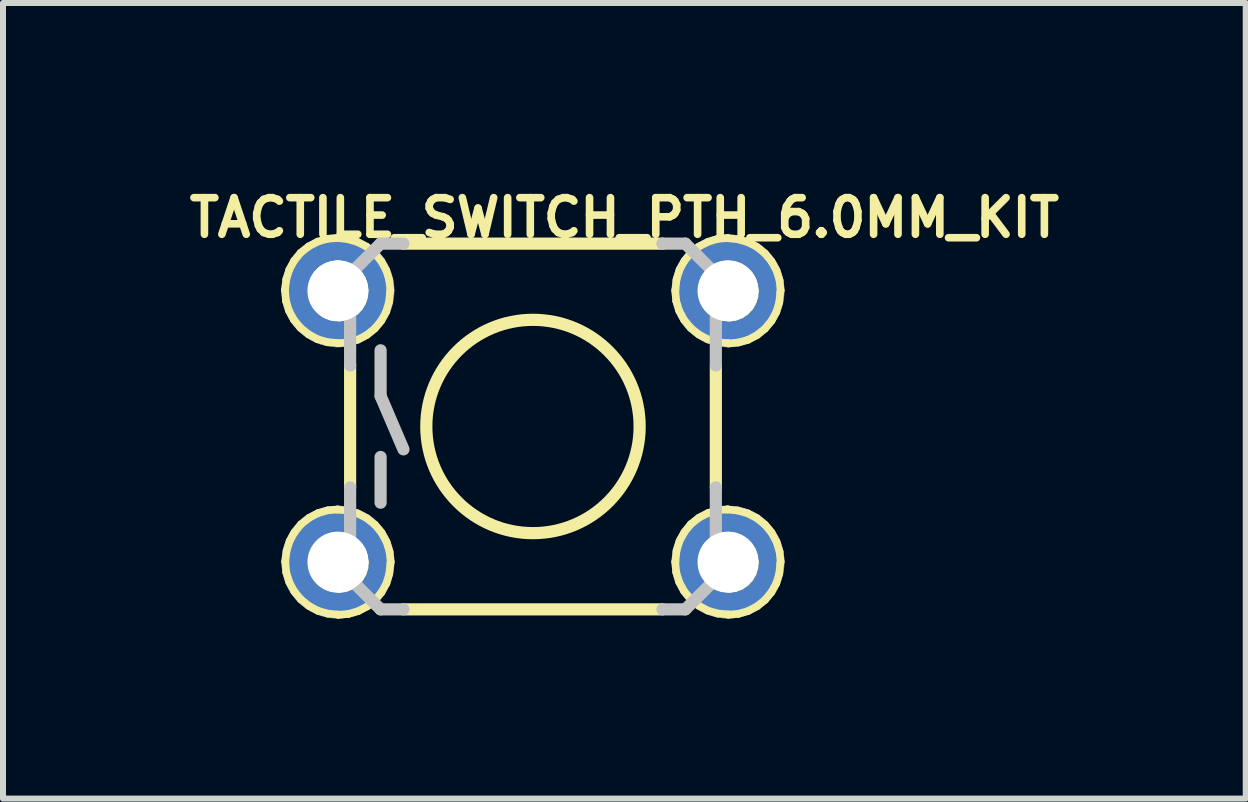
<source format=kicad_pcb>
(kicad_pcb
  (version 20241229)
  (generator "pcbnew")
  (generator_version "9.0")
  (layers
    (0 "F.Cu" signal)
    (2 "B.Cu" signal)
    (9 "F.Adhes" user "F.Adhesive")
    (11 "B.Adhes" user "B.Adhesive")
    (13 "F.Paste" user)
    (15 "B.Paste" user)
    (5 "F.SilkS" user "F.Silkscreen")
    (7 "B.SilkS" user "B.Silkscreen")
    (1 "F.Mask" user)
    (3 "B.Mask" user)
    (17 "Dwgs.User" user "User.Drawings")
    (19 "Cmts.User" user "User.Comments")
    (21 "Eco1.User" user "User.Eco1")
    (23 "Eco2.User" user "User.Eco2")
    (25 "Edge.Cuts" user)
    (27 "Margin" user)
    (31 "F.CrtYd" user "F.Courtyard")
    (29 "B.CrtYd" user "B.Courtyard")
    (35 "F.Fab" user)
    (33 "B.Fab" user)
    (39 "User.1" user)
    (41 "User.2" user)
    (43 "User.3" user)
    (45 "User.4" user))
  (footprint "TACTILE_SWITCH_PTH_6.0MM_KIT"
    (layer "F.Cu")
    (at 5.834 4.059)
    (property "Reference" "TACTILE_SWITCH_PTH_6.0MM_KIT" (at 1.524 -3.48 0) (layer "F.SilkS") (effects (font (size 0.61 0.61) (thickness 0.127))))
    (attr exclude_from_pos_files exclude_from_bom)
    (fp_line (start -4.133 -2.286) (end -4.133 -2.266) (stroke (width 0.127) (type solid)) (layer "F.SilkS"))
    (fp_line (start -4.133 -2.266) (end -4.117 -2.093) (stroke (width 0.127) (type solid)) (layer "F.SilkS"))
    (fp_line (start -4.128 2.24) (end -4.128 2.261) (stroke (width 0.127) (type solid)) (layer "F.SilkS"))
    (fp_line (start -4.128 2.261) (end -4.112 2.433) (stroke (width 0.127) (type solid)) (layer "F.SilkS"))
    (fp_line (start -4.117 -2.093) (end -4.067 -1.93) (stroke (width 0.127) (type solid)) (layer "F.SilkS"))
    (fp_line (start -4.112 -2.454) (end -4.133 -2.286) (stroke (width 0.127) (type solid)) (layer "F.SilkS"))
    (fp_line (start -4.112 2.433) (end -4.061 2.596) (stroke (width 0.127) (type solid)) (layer "F.SilkS"))
    (fp_line (start -4.107 2.073) (end -4.128 2.24) (stroke (width 0.127) (type solid)) (layer "F.SilkS"))
    (fp_line (start -4.067 -1.93) (end -3.985 -1.778) (stroke (width 0.127) (type solid)) (layer "F.SilkS"))
    (fp_line (start -4.061 -2.616) (end -4.112 -2.454) (stroke (width 0.127) (type solid)) (layer "F.SilkS"))
    (fp_line (start -4.061 2.596) (end -3.98 2.748) (stroke (width 0.127) (type solid)) (layer "F.SilkS"))
    (fp_line (start -4.056 1.91) (end -4.107 2.073) (stroke (width 0.127) (type solid)) (layer "F.SilkS"))
    (fp_line (start -3.985 -1.778) (end -3.876 -1.646) (stroke (width 0.127) (type solid)) (layer "F.SilkS"))
    (fp_line (start -3.98 -2.764) (end -4.061 -2.616) (stroke (width 0.127) (type solid)) (layer "F.SilkS"))
    (fp_line (start -3.98 2.748) (end -3.871 2.88) (stroke (width 0.127) (type solid)) (layer "F.SilkS"))
    (fp_line (start -3.975 1.763) (end -4.056 1.91) (stroke (width 0.127) (type solid)) (layer "F.SilkS"))
    (fp_line (start -3.876 -1.646) (end -3.741 -1.537) (stroke (width 0.127) (type solid)) (layer "F.SilkS"))
    (fp_line (start -3.873 -2.896) (end -3.98 -2.764) (stroke (width 0.127) (type solid)) (layer "F.SilkS"))
    (fp_line (start -3.871 2.88) (end -3.736 2.99) (stroke (width 0.127) (type solid)) (layer "F.SilkS"))
    (fp_line (start -3.868 1.631) (end -3.975 1.763) (stroke (width 0.127) (type solid)) (layer "F.SilkS"))
    (fp_line (start -3.741 -1.537) (end -3.592 -1.455) (stroke (width 0.127) (type solid)) (layer "F.SilkS"))
    (fp_line (start -3.739 -3.002) (end -3.873 -2.896) (stroke (width 0.127) (type solid)) (layer "F.SilkS"))
    (fp_line (start -3.736 2.99) (end -3.586 3.071) (stroke (width 0.127) (type solid)) (layer "F.SilkS"))
    (fp_line (start -3.734 1.524) (end -3.868 1.631) (stroke (width 0.127) (type solid)) (layer "F.SilkS"))
    (fp_line (start -3.688 -2.273) (end -3.688 -2.263) (stroke (width 0.127) (type solid)) (layer "F.SilkS"))
    (fp_line (start -3.688 -2.263) (end -3.678 -2.164) (stroke (width 0.127) (type solid)) (layer "F.SilkS"))
    (fp_line (start -3.683 2.253) (end -3.683 2.263) (stroke (width 0.127) (type solid)) (layer "F.SilkS"))
    (fp_line (start -3.683 2.263) (end -3.673 2.362) (stroke (width 0.127) (type solid)) (layer "F.SilkS"))
    (fp_line (start -3.678 -2.164) (end -3.645 -2.073) (stroke (width 0.127) (type solid)) (layer "F.SilkS"))
    (fp_line (start -3.675 -2.367) (end -3.688 -2.273) (stroke (width 0.127) (type solid)) (layer "F.SilkS"))
    (fp_line (start -3.673 2.362) (end -3.64 2.454) (stroke (width 0.127) (type solid)) (layer "F.SilkS"))
    (fp_line (start -3.67 2.159) (end -3.683 2.253) (stroke (width 0.127) (type solid)) (layer "F.SilkS"))
    (fp_line (start -3.645 -2.459) (end -3.675 -2.367) (stroke (width 0.127) (type solid)) (layer "F.SilkS"))
    (fp_line (start -3.645 -2.073) (end -3.594 -1.989) (stroke (width 0.127) (type solid)) (layer "F.SilkS"))
    (fp_line (start -3.64 2.068) (end -3.67 2.159) (stroke (width 0.127) (type solid)) (layer "F.SilkS"))
    (fp_line (start -3.64 2.454) (end -3.589 2.537) (stroke (width 0.127) (type solid)) (layer "F.SilkS"))
    (fp_line (start -3.594 -2.54) (end -3.645 -2.459) (stroke (width 0.127) (type solid)) (layer "F.SilkS"))
    (fp_line (start -3.594 -1.989) (end -3.526 -1.918) (stroke (width 0.127) (type solid)) (layer "F.SilkS"))
    (fp_line (start -3.592 -1.455) (end -3.426 -1.407) (stroke (width 0.127) (type solid)) (layer "F.SilkS"))
    (fp_line (start -3.589 -3.081) (end -3.739 -3.002) (stroke (width 0.127) (type solid)) (layer "F.SilkS"))
    (fp_line (start -3.589 1.986) (end -3.64 2.068) (stroke (width 0.127) (type solid)) (layer "F.SilkS"))
    (fp_line (start -3.589 2.537) (end -3.52 2.609) (stroke (width 0.127) (type solid)) (layer "F.SilkS"))
    (fp_line (start -3.586 3.071) (end -3.421 3.119) (stroke (width 0.127) (type solid)) (layer "F.SilkS"))
    (fp_line (start -3.584 1.445) (end -3.734 1.524) (stroke (width 0.127) (type solid)) (layer "F.SilkS"))
    (fp_line (start -3.526 -2.609) (end -3.594 -2.54) (stroke (width 0.127) (type solid)) (layer "F.SilkS"))
    (fp_line (start -3.526 -1.918) (end -3.444 -1.864) (stroke (width 0.127) (type solid)) (layer "F.SilkS"))
    (fp_line (start -3.52 1.918) (end -3.589 1.986) (stroke (width 0.127) (type solid)) (layer "F.SilkS"))
    (fp_line (start -3.52 2.609) (end -3.439 2.662) (stroke (width 0.127) (type solid)) (layer "F.SilkS"))
    (fp_line (start -3.444 -2.662) (end -3.526 -2.609) (stroke (width 0.127) (type solid)) (layer "F.SilkS"))
    (fp_line (start -3.444 -1.864) (end -3.353 -1.831) (stroke (width 0.127) (type solid)) (layer "F.SilkS"))
    (fp_line (start -3.439 1.864) (end -3.52 1.918) (stroke (width 0.127) (type solid)) (layer "F.SilkS"))
    (fp_line (start -3.439 2.662) (end -3.348 2.695) (stroke (width 0.127) (type solid)) (layer "F.SilkS"))
    (fp_line (start -3.426 -3.129) (end -3.589 -3.081) (stroke (width 0.127) (type solid)) (layer "F.SilkS"))
    (fp_line (start -3.426 -1.407) (end -3.256 -1.392) (stroke (width 0.127) (type solid)) (layer "F.SilkS"))
    (fp_line (start -3.421 1.397) (end -3.584 1.445) (stroke (width 0.127) (type solid)) (layer "F.SilkS"))
    (fp_line (start -3.421 3.119) (end -3.251 3.134) (stroke (width 0.127) (type solid)) (layer "F.SilkS"))
    (fp_line (start -3.353 -2.692) (end -3.444 -2.662) (stroke (width 0.127) (type solid)) (layer "F.SilkS"))
    (fp_line (start -3.353 -1.831) (end -3.254 -1.821) (stroke (width 0.127) (type solid)) (layer "F.SilkS"))
    (fp_line (start -3.348 1.834) (end -3.439 1.864) (stroke (width 0.127) (type solid)) (layer "F.SilkS"))
    (fp_line (start -3.348 2.695) (end -3.249 2.705) (stroke (width 0.127) (type solid)) (layer "F.SilkS"))
    (fp_line (start -3.264 -3.142) (end -3.259 -3.142) (stroke (width 0.127) (type solid)) (layer "F.SilkS"))
    (fp_line (start -3.259 -3.142) (end -3.426 -3.129) (stroke (width 0.127) (type solid)) (layer "F.SilkS"))
    (fp_line (start -3.259 -2.705) (end -3.353 -2.692) (stroke (width 0.127) (type solid)) (layer "F.SilkS"))
    (fp_line (start -3.259 1.384) (end -3.254 1.384) (stroke (width 0.127) (type solid)) (layer "F.SilkS"))
    (fp_line (start -3.256 -1.392) (end -3.249 -1.387) (stroke (width 0.127) (type solid)) (layer "F.SilkS"))
    (fp_line (start -3.254 -1.821) (end -3.226 -1.816) (stroke (width 0.127) (type solid)) (layer "F.SilkS"))
    (fp_line (start -3.254 1.384) (end -3.421 1.397) (stroke (width 0.127) (type solid)) (layer "F.SilkS"))
    (fp_line (start -3.254 1.821) (end -3.348 1.834) (stroke (width 0.127) (type solid)) (layer "F.SilkS"))
    (fp_line (start -3.251 3.134) (end -3.244 3.139) (stroke (width 0.127) (type solid)) (layer "F.SilkS"))
    (fp_line (start -3.249 -1.387) (end -3.078 -1.402) (stroke (width 0.127) (type solid)) (layer "F.SilkS"))
    (fp_line (start -3.249 2.705) (end -3.221 2.71) (stroke (width 0.127) (type solid)) (layer "F.SilkS"))
    (fp_line (start -3.246 -2.703) (end -3.259 -2.705) (stroke (width 0.127) (type solid)) (layer "F.SilkS"))
    (fp_line (start -3.244 3.139) (end -3.073 3.124) (stroke (width 0.127) (type solid)) (layer "F.SilkS"))
    (fp_line (start -3.241 1.824) (end -3.254 1.821) (stroke (width 0.127) (type solid)) (layer "F.SilkS"))
    (fp_line (start -3.226 -1.816) (end -3.129 -1.831) (stroke (width 0.127) (type solid)) (layer "F.SilkS"))
    (fp_line (start -3.221 2.71) (end -3.124 2.695) (stroke (width 0.127) (type solid)) (layer "F.SilkS"))
    (fp_line (start -3.147 -2.69) (end -3.246 -2.703) (stroke (width 0.127) (type solid)) (layer "F.SilkS"))
    (fp_line (start -3.142 1.836) (end -3.241 1.824) (stroke (width 0.127) (type solid)) (layer "F.SilkS"))
    (fp_line (start -3.129 -1.831) (end -3.038 -1.867) (stroke (width 0.127) (type solid)) (layer "F.SilkS"))
    (fp_line (start -3.124 2.695) (end -3.033 2.659) (stroke (width 0.127) (type solid)) (layer "F.SilkS"))
    (fp_line (start -3.094 -3.124) (end -3.264 -3.142) (stroke (width 0.127) (type solid)) (layer "F.SilkS"))
    (fp_line (start -3.089 1.402) (end -3.259 1.384) (stroke (width 0.127) (type solid)) (layer "F.SilkS"))
    (fp_line (start -3.078 -1.402) (end -2.918 -1.448) (stroke (width 0.127) (type solid)) (layer "F.SilkS"))
    (fp_line (start -3.073 3.124) (end -2.913 3.078) (stroke (width 0.127) (type solid)) (layer "F.SilkS"))
    (fp_line (start -3.056 -2.657) (end -3.147 -2.69) (stroke (width 0.127) (type solid)) (layer "F.SilkS"))
    (fp_line (start -3.051 1.869) (end -3.142 1.836) (stroke (width 0.127) (type solid)) (layer "F.SilkS"))
    (fp_line (start -3.048 -1.026) (end -3.048 1.016) (stroke (width 0.203) (type solid)) (layer "F.SilkS"))
    (fp_line (start -3.038 -1.867) (end -2.959 -1.92) (stroke (width 0.127) (type solid)) (layer "F.SilkS"))
    (fp_line (start -3.033 2.659) (end -2.954 2.606) (stroke (width 0.127) (type solid)) (layer "F.SilkS"))
    (fp_line (start -2.972 -2.603) (end -3.056 -2.657) (stroke (width 0.127) (type solid)) (layer "F.SilkS"))
    (fp_line (start -2.967 1.923) (end -3.051 1.869) (stroke (width 0.127) (type solid)) (layer "F.SilkS"))
    (fp_line (start -2.959 -1.92) (end -2.893 -1.991) (stroke (width 0.127) (type solid)) (layer "F.SilkS"))
    (fp_line (start -2.954 2.606) (end -2.888 2.535) (stroke (width 0.127) (type solid)) (layer "F.SilkS"))
    (fp_line (start -2.926 -3.076) (end -3.094 -3.124) (stroke (width 0.127) (type solid)) (layer "F.SilkS"))
    (fp_line (start -2.921 1.45) (end -3.089 1.402) (stroke (width 0.127) (type solid)) (layer "F.SilkS"))
    (fp_line (start -2.918 -1.448) (end -2.769 -1.527) (stroke (width 0.127) (type solid)) (layer "F.SilkS"))
    (fp_line (start -2.913 3.078) (end -2.764 3) (stroke (width 0.127) (type solid)) (layer "F.SilkS"))
    (fp_line (start -2.903 -2.535) (end -2.972 -2.603) (stroke (width 0.127) (type solid)) (layer "F.SilkS"))
    (fp_line (start -2.898 1.991) (end -2.967 1.923) (stroke (width 0.127) (type solid)) (layer "F.SilkS"))
    (fp_line (start -2.893 -1.991) (end -2.845 -2.075) (stroke (width 0.127) (type solid)) (layer "F.SilkS"))
    (fp_line (start -2.888 2.535) (end -2.84 2.451) (stroke (width 0.127) (type solid)) (layer "F.SilkS"))
    (fp_line (start -2.85 -2.451) (end -2.903 -2.535) (stroke (width 0.127) (type solid)) (layer "F.SilkS"))
    (fp_line (start -2.845 -2.075) (end -2.814 -2.169) (stroke (width 0.127) (type solid)) (layer "F.SilkS"))
    (fp_line (start -2.845 2.075) (end -2.898 1.991) (stroke (width 0.127) (type solid)) (layer "F.SilkS"))
    (fp_line (start -2.84 2.451) (end -2.809 2.357) (stroke (width 0.127) (type solid)) (layer "F.SilkS"))
    (fp_line (start -2.819 -2.357) (end -2.85 -2.451) (stroke (width 0.127) (type solid)) (layer "F.SilkS"))
    (fp_line (start -2.814 -2.169) (end -2.809 -2.266) (stroke (width 0.127) (type solid)) (layer "F.SilkS"))
    (fp_line (start -2.814 2.169) (end -2.845 2.075) (stroke (width 0.127) (type solid)) (layer "F.SilkS"))
    (fp_line (start -2.809 -2.266) (end -2.809 -2.261) (stroke (width 0.127) (type solid)) (layer "F.SilkS"))
    (fp_line (start -2.809 -2.261) (end -2.819 -2.357) (stroke (width 0.127) (type solid)) (layer "F.SilkS"))
    (fp_line (start -2.809 2.357) (end -2.804 2.261) (stroke (width 0.127) (type solid)) (layer "F.SilkS"))
    (fp_line (start -2.804 2.261) (end -2.804 2.266) (stroke (width 0.127) (type solid)) (layer "F.SilkS"))
    (fp_line (start -2.804 2.266) (end -2.814 2.169) (stroke (width 0.127) (type solid)) (layer "F.SilkS"))
    (fp_line (start -2.774 -2.997) (end -2.926 -3.076) (stroke (width 0.127) (type solid)) (layer "F.SilkS"))
    (fp_line (start -2.769 -1.527) (end -2.637 -1.633) (stroke (width 0.127) (type solid)) (layer "F.SilkS"))
    (fp_line (start -2.769 1.529) (end -2.921 1.45) (stroke (width 0.127) (type solid)) (layer "F.SilkS"))
    (fp_line (start -2.764 3) (end -2.631 2.893) (stroke (width 0.127) (type solid)) (layer "F.SilkS"))
    (fp_line (start -2.639 -2.888) (end -2.774 -2.997) (stroke (width 0.127) (type solid)) (layer "F.SilkS"))
    (fp_line (start -2.637 -1.633) (end -2.53 -1.763) (stroke (width 0.127) (type solid)) (layer "F.SilkS"))
    (fp_line (start -2.634 1.638) (end -2.769 1.529) (stroke (width 0.127) (type solid)) (layer "F.SilkS"))
    (fp_line (start -2.631 2.893) (end -2.525 2.764) (stroke (width 0.127) (type solid)) (layer "F.SilkS"))
    (fp_line (start -2.53 -2.756) (end -2.639 -2.888) (stroke (width 0.127) (type solid)) (layer "F.SilkS"))
    (fp_line (start -2.53 -1.763) (end -2.449 -1.91) (stroke (width 0.127) (type solid)) (layer "F.SilkS"))
    (fp_line (start -2.525 1.77) (end -2.634 1.638) (stroke (width 0.127) (type solid)) (layer "F.SilkS"))
    (fp_line (start -2.525 2.764) (end -2.443 2.616) (stroke (width 0.127) (type solid)) (layer "F.SilkS"))
    (fp_line (start -2.449 -1.91) (end -2.4 -2.073) (stroke (width 0.127) (type solid)) (layer "F.SilkS"))
    (fp_line (start -2.446 -2.603) (end -2.53 -2.756) (stroke (width 0.127) (type solid)) (layer "F.SilkS"))
    (fp_line (start -2.443 2.616) (end -2.395 2.454) (stroke (width 0.127) (type solid)) (layer "F.SilkS"))
    (fp_line (start -2.441 1.923) (end -2.525 1.77) (stroke (width 0.127) (type solid)) (layer "F.SilkS"))
    (fp_line (start -2.4 -2.073) (end -2.383 -2.24) (stroke (width 0.127) (type solid)) (layer "F.SilkS"))
    (fp_line (start -2.395 -2.438) (end -2.446 -2.603) (stroke (width 0.127) (type solid)) (layer "F.SilkS"))
    (fp_line (start -2.395 2.454) (end -2.377 2.286) (stroke (width 0.127) (type solid)) (layer "F.SilkS"))
    (fp_line (start -2.39 2.088) (end -2.441 1.923) (stroke (width 0.127) (type solid)) (layer "F.SilkS"))
    (fp_line (start -2.383 -2.24) (end -2.377 -2.268) (stroke (width 0.127) (type solid)) (layer "F.SilkS"))
    (fp_line (start -2.377 -2.268) (end -2.395 -2.438) (stroke (width 0.127) (type solid)) (layer "F.SilkS"))
    (fp_line (start -2.377 2.286) (end -2.372 2.258) (stroke (width 0.127) (type solid)) (layer "F.SilkS"))
    (fp_line (start -2.372 2.258) (end -2.39 2.088) (stroke (width 0.127) (type solid)) (layer "F.SilkS"))
    (fp_line (start -2.159 3.048) (end 2.159 3.048) (stroke (width 0.203) (type solid)) (layer "F.SilkS"))
    (fp_line (start 2.159 -3.048) (end -2.159 -3.048) (stroke (width 0.203) (type solid)) (layer "F.SilkS"))
    (fp_line (start 2.372 -2.263) (end 2.388 -2.09) (stroke (width 0.127) (type solid)) (layer "F.SilkS"))
    (fp_line (start 2.372 2.261) (end 2.388 2.431) (stroke (width 0.127) (type solid)) (layer "F.SilkS"))
    (fp_line (start 2.375 -2.283) (end 2.372 -2.263) (stroke (width 0.127) (type solid)) (layer "F.SilkS"))
    (fp_line (start 2.375 2.24) (end 2.372 2.261) (stroke (width 0.127) (type solid)) (layer "F.SilkS"))
    (fp_line (start 2.388 -2.09) (end 2.438 -1.928) (stroke (width 0.127) (type solid)) (layer "F.SilkS"))
    (fp_line (start 2.388 2.431) (end 2.438 2.593) (stroke (width 0.127) (type solid)) (layer "F.SilkS"))
    (fp_line (start 2.393 -2.451) (end 2.375 -2.283) (stroke (width 0.127) (type solid)) (layer "F.SilkS"))
    (fp_line (start 2.393 2.07) (end 2.375 2.24) (stroke (width 0.127) (type solid)) (layer "F.SilkS"))
    (fp_line (start 2.438 -1.928) (end 2.52 -1.775) (stroke (width 0.127) (type solid)) (layer "F.SilkS"))
    (fp_line (start 2.438 2.593) (end 2.52 2.746) (stroke (width 0.127) (type solid)) (layer "F.SilkS"))
    (fp_line (start 2.443 -2.614) (end 2.393 -2.451) (stroke (width 0.127) (type solid)) (layer "F.SilkS"))
    (fp_line (start 2.443 1.908) (end 2.393 2.07) (stroke (width 0.127) (type solid)) (layer "F.SilkS"))
    (fp_line (start 2.52 -1.775) (end 2.629 -1.643) (stroke (width 0.127) (type solid)) (layer "F.SilkS"))
    (fp_line (start 2.52 2.746) (end 2.629 2.878) (stroke (width 0.127) (type solid)) (layer "F.SilkS"))
    (fp_line (start 2.525 -2.761) (end 2.443 -2.614) (stroke (width 0.127) (type solid)) (layer "F.SilkS"))
    (fp_line (start 2.525 1.76) (end 2.443 1.908) (stroke (width 0.127) (type solid)) (layer "F.SilkS"))
    (fp_line (start 2.629 -1.643) (end 2.764 -1.534) (stroke (width 0.127) (type solid)) (layer "F.SilkS"))
    (fp_line (start 2.629 2.878) (end 2.764 2.987) (stroke (width 0.127) (type solid)) (layer "F.SilkS"))
    (fp_line (start 2.631 -2.893) (end 2.525 -2.761) (stroke (width 0.127) (type solid)) (layer "F.SilkS"))
    (fp_line (start 2.631 1.628) (end 2.525 1.76) (stroke (width 0.127) (type solid)) (layer "F.SilkS"))
    (fp_line (start 2.764 -1.534) (end 2.913 -1.453) (stroke (width 0.127) (type solid)) (layer "F.SilkS"))
    (fp_line (start 2.764 2.987) (end 2.913 3.068) (stroke (width 0.127) (type solid)) (layer "F.SilkS"))
    (fp_line (start 2.766 -3) (end 2.631 -2.893) (stroke (width 0.127) (type solid)) (layer "F.SilkS"))
    (fp_line (start 2.766 1.521) (end 2.631 1.628) (stroke (width 0.127) (type solid)) (layer "F.SilkS"))
    (fp_line (start 2.819 -2.271) (end 2.819 -2.261) (stroke (width 0.127) (type solid)) (layer "F.SilkS"))
    (fp_line (start 2.819 -2.261) (end 2.827 -2.162) (stroke (width 0.127) (type solid)) (layer "F.SilkS"))
    (fp_line (start 2.819 2.253) (end 2.819 2.261) (stroke (width 0.127) (type solid)) (layer "F.SilkS"))
    (fp_line (start 2.819 2.261) (end 2.827 2.36) (stroke (width 0.127) (type solid)) (layer "F.SilkS"))
    (fp_line (start 2.827 -2.162) (end 2.86 -2.07) (stroke (width 0.127) (type solid)) (layer "F.SilkS"))
    (fp_line (start 2.827 2.36) (end 2.86 2.451) (stroke (width 0.127) (type solid)) (layer "F.SilkS"))
    (fp_line (start 2.83 -2.365) (end 2.819 -2.271) (stroke (width 0.127) (type solid)) (layer "F.SilkS"))
    (fp_line (start 2.83 2.156) (end 2.819 2.253) (stroke (width 0.127) (type solid)) (layer "F.SilkS"))
    (fp_line (start 2.86 -2.456) (end 2.83 -2.365) (stroke (width 0.127) (type solid)) (layer "F.SilkS"))
    (fp_line (start 2.86 -2.07) (end 2.911 -1.986) (stroke (width 0.127) (type solid)) (layer "F.SilkS"))
    (fp_line (start 2.86 2.065) (end 2.83 2.156) (stroke (width 0.127) (type solid)) (layer "F.SilkS"))
    (fp_line (start 2.86 2.451) (end 2.911 2.535) (stroke (width 0.127) (type solid)) (layer "F.SilkS"))
    (fp_line (start 2.911 -2.537) (end 2.86 -2.456) (stroke (width 0.127) (type solid)) (layer "F.SilkS"))
    (fp_line (start 2.911 -1.986) (end 2.979 -1.915) (stroke (width 0.127) (type solid)) (layer "F.SilkS"))
    (fp_line (start 2.911 1.984) (end 2.86 2.065) (stroke (width 0.127) (type solid)) (layer "F.SilkS"))
    (fp_line (start 2.911 2.535) (end 2.979 2.606) (stroke (width 0.127) (type solid)) (layer "F.SilkS"))
    (fp_line (start 2.913 -1.453) (end 3.078 -1.405) (stroke (width 0.127) (type solid)) (layer "F.SilkS"))
    (fp_line (start 2.913 3.068) (end 3.078 3.117) (stroke (width 0.127) (type solid)) (layer "F.SilkS"))
    (fp_line (start 2.916 -3.078) (end 2.766 -3) (stroke (width 0.127) (type solid)) (layer "F.SilkS"))
    (fp_line (start 2.916 1.443) (end 2.766 1.521) (stroke (width 0.127) (type solid)) (layer "F.SilkS"))
    (fp_line (start 2.979 -2.606) (end 2.911 -2.537) (stroke (width 0.127) (type solid)) (layer "F.SilkS"))
    (fp_line (start 2.979 -1.915) (end 3.061 -1.862) (stroke (width 0.127) (type solid)) (layer "F.SilkS"))
    (fp_line (start 2.979 1.915) (end 2.911 1.984) (stroke (width 0.127) (type solid)) (layer "F.SilkS"))
    (fp_line (start 2.979 2.606) (end 3.061 2.659) (stroke (width 0.127) (type solid)) (layer "F.SilkS"))
    (fp_line (start 3.048 -0.996) (end 3.048 1.016) (stroke (width 0.203) (type solid)) (layer "F.SilkS"))
    (fp_line (start 3.061 -2.659) (end 2.979 -2.606) (stroke (width 0.127) (type solid)) (layer "F.SilkS"))
    (fp_line (start 3.061 -1.862) (end 3.152 -1.829) (stroke (width 0.127) (type solid)) (layer "F.SilkS"))
    (fp_line (start 3.061 1.864) (end 2.979 1.915) (stroke (width 0.127) (type solid)) (layer "F.SilkS"))
    (fp_line (start 3.061 2.659) (end 3.152 2.692) (stroke (width 0.127) (type solid)) (layer "F.SilkS"))
    (fp_line (start 3.078 -3.127) (end 2.916 -3.078) (stroke (width 0.127) (type solid)) (layer "F.SilkS"))
    (fp_line (start 3.078 -1.405) (end 3.251 -1.389) (stroke (width 0.127) (type solid)) (layer "F.SilkS"))
    (fp_line (start 3.078 1.394) (end 2.916 1.443) (stroke (width 0.127) (type solid)) (layer "F.SilkS"))
    (fp_line (start 3.078 3.117) (end 3.251 3.132) (stroke (width 0.127) (type solid)) (layer "F.SilkS"))
    (fp_line (start 3.152 -2.69) (end 3.061 -2.659) (stroke (width 0.127) (type solid)) (layer "F.SilkS"))
    (fp_line (start 3.152 -1.829) (end 3.251 -1.819) (stroke (width 0.127) (type solid)) (layer "F.SilkS"))
    (fp_line (start 3.152 1.831) (end 3.061 1.864) (stroke (width 0.127) (type solid)) (layer "F.SilkS"))
    (fp_line (start 3.152 2.692) (end 3.251 2.703) (stroke (width 0.127) (type solid)) (layer "F.SilkS"))
    (fp_line (start 3.241 -3.139) (end 3.246 -3.142) (stroke (width 0.127) (type solid)) (layer "F.SilkS"))
    (fp_line (start 3.241 1.384) (end 3.246 1.382) (stroke (width 0.127) (type solid)) (layer "F.SilkS"))
    (fp_line (start 3.246 -3.142) (end 3.078 -3.127) (stroke (width 0.127) (type solid)) (layer "F.SilkS"))
    (fp_line (start 3.246 -2.703) (end 3.152 -2.69) (stroke (width 0.127) (type solid)) (layer "F.SilkS"))
    (fp_line (start 3.246 1.382) (end 3.078 1.394) (stroke (width 0.127) (type solid)) (layer "F.SilkS"))
    (fp_line (start 3.246 1.821) (end 3.152 1.831) (stroke (width 0.127) (type solid)) (layer "F.SilkS"))
    (fp_line (start 3.251 -1.819) (end 3.279 -1.814) (stroke (width 0.127) (type solid)) (layer "F.SilkS"))
    (fp_line (start 3.251 -1.389) (end 3.256 -1.384) (stroke (width 0.127) (type solid)) (layer "F.SilkS"))
    (fp_line (start 3.251 2.703) (end 3.279 2.708) (stroke (width 0.127) (type solid)) (layer "F.SilkS"))
    (fp_line (start 3.251 3.132) (end 3.256 3.137) (stroke (width 0.127) (type solid)) (layer "F.SilkS"))
    (fp_line (start 3.256 -1.384) (end 3.426 -1.4) (stroke (width 0.127) (type solid)) (layer "F.SilkS"))
    (fp_line (start 3.256 3.137) (end 3.426 3.122) (stroke (width 0.127) (type solid)) (layer "F.SilkS"))
    (fp_line (start 3.259 -2.7) (end 3.246 -2.703) (stroke (width 0.127) (type solid)) (layer "F.SilkS"))
    (fp_line (start 3.259 1.821) (end 3.246 1.821) (stroke (width 0.127) (type solid)) (layer "F.SilkS"))
    (fp_line (start 3.279 -1.814) (end 3.376 -1.829) (stroke (width 0.127) (type solid)) (layer "F.SilkS"))
    (fp_line (start 3.279 2.708) (end 3.376 2.692) (stroke (width 0.127) (type solid)) (layer "F.SilkS"))
    (fp_line (start 3.358 -2.687) (end 3.259 -2.7) (stroke (width 0.127) (type solid)) (layer "F.SilkS"))
    (fp_line (start 3.358 1.834) (end 3.259 1.821) (stroke (width 0.127) (type solid)) (layer "F.SilkS"))
    (fp_line (start 3.376 -1.829) (end 3.467 -1.864) (stroke (width 0.127) (type solid)) (layer "F.SilkS"))
    (fp_line (start 3.376 2.692) (end 3.467 2.657) (stroke (width 0.127) (type solid)) (layer "F.SilkS"))
    (fp_line (start 3.411 -3.122) (end 3.241 -3.139) (stroke (width 0.127) (type solid)) (layer "F.SilkS"))
    (fp_line (start 3.411 1.4) (end 3.241 1.384) (stroke (width 0.127) (type solid)) (layer "F.SilkS"))
    (fp_line (start 3.426 -1.4) (end 3.586 -1.445) (stroke (width 0.127) (type solid)) (layer "F.SilkS"))
    (fp_line (start 3.426 3.122) (end 3.586 3.076) (stroke (width 0.127) (type solid)) (layer "F.SilkS"))
    (fp_line (start 3.449 -2.654) (end 3.358 -2.687) (stroke (width 0.127) (type solid)) (layer "F.SilkS"))
    (fp_line (start 3.449 1.867) (end 3.358 1.834) (stroke (width 0.127) (type solid)) (layer "F.SilkS"))
    (fp_line (start 3.467 -1.864) (end 3.546 -1.918) (stroke (width 0.127) (type solid)) (layer "F.SilkS"))
    (fp_line (start 3.467 2.657) (end 3.546 2.603) (stroke (width 0.127) (type solid)) (layer "F.SilkS"))
    (fp_line (start 3.533 -2.601) (end 3.449 -2.654) (stroke (width 0.127) (type solid)) (layer "F.SilkS"))
    (fp_line (start 3.533 1.92) (end 3.449 1.867) (stroke (width 0.127) (type solid)) (layer "F.SilkS"))
    (fp_line (start 3.546 -1.918) (end 3.612 -1.989) (stroke (width 0.127) (type solid)) (layer "F.SilkS"))
    (fp_line (start 3.546 2.603) (end 3.612 2.532) (stroke (width 0.127) (type solid)) (layer "F.SilkS"))
    (fp_line (start 3.579 -3.073) (end 3.411 -3.122) (stroke (width 0.127) (type solid)) (layer "F.SilkS"))
    (fp_line (start 3.579 1.448) (end 3.411 1.4) (stroke (width 0.127) (type solid)) (layer "F.SilkS"))
    (fp_line (start 3.586 -1.445) (end 3.736 -1.524) (stroke (width 0.127) (type solid)) (layer "F.SilkS"))
    (fp_line (start 3.586 3.076) (end 3.736 2.997) (stroke (width 0.127) (type solid)) (layer "F.SilkS"))
    (fp_line (start 3.602 -2.532) (end 3.533 -2.601) (stroke (width 0.127) (type solid)) (layer "F.SilkS"))
    (fp_line (start 3.602 1.989) (end 3.533 1.92) (stroke (width 0.127) (type solid)) (layer "F.SilkS"))
    (fp_line (start 3.612 -1.989) (end 3.66 -2.073) (stroke (width 0.127) (type solid)) (layer "F.SilkS"))
    (fp_line (start 3.612 2.532) (end 3.66 2.449) (stroke (width 0.127) (type solid)) (layer "F.SilkS"))
    (fp_line (start 3.655 -2.449) (end 3.602 -2.532) (stroke (width 0.127) (type solid)) (layer "F.SilkS"))
    (fp_line (start 3.655 2.073) (end 3.602 1.989) (stroke (width 0.127) (type solid)) (layer "F.SilkS"))
    (fp_line (start 3.66 -2.073) (end 3.691 -2.167) (stroke (width 0.127) (type solid)) (layer "F.SilkS"))
    (fp_line (start 3.66 2.449) (end 3.691 2.355) (stroke (width 0.127) (type solid)) (layer "F.SilkS"))
    (fp_line (start 3.686 -2.355) (end 3.655 -2.449) (stroke (width 0.127) (type solid)) (layer "F.SilkS"))
    (fp_line (start 3.686 2.167) (end 3.655 2.073) (stroke (width 0.127) (type solid)) (layer "F.SilkS"))
    (fp_line (start 3.691 -2.167) (end 3.696 -2.263) (stroke (width 0.127) (type solid)) (layer "F.SilkS"))
    (fp_line (start 3.691 2.355) (end 3.696 2.258) (stroke (width 0.127) (type solid)) (layer "F.SilkS"))
    (fp_line (start 3.696 -2.263) (end 3.696 -2.258) (stroke (width 0.127) (type solid)) (layer "F.SilkS"))
    (fp_line (start 3.696 -2.258) (end 3.686 -2.355) (stroke (width 0.127) (type solid)) (layer "F.SilkS"))
    (fp_line (start 3.696 2.258) (end 3.696 2.266) (stroke (width 0.127) (type solid)) (layer "F.SilkS"))
    (fp_line (start 3.696 2.266) (end 3.686 2.167) (stroke (width 0.127) (type solid)) (layer "F.SilkS"))
    (fp_line (start 3.731 -2.995) (end 3.579 -3.073) (stroke (width 0.127) (type solid)) (layer "F.SilkS"))
    (fp_line (start 3.731 1.527) (end 3.579 1.448) (stroke (width 0.127) (type solid)) (layer "F.SilkS"))
    (fp_line (start 3.736 -1.524) (end 3.868 -1.631) (stroke (width 0.127) (type solid)) (layer "F.SilkS"))
    (fp_line (start 3.736 2.997) (end 3.868 2.891) (stroke (width 0.127) (type solid)) (layer "F.SilkS"))
    (fp_line (start 3.866 -2.885) (end 3.731 -2.995) (stroke (width 0.127) (type solid)) (layer "F.SilkS"))
    (fp_line (start 3.866 1.636) (end 3.731 1.527) (stroke (width 0.127) (type solid)) (layer "F.SilkS"))
    (fp_line (start 3.868 -1.631) (end 3.975 -1.76) (stroke (width 0.127) (type solid)) (layer "F.SilkS"))
    (fp_line (start 3.868 2.891) (end 3.975 2.761) (stroke (width 0.127) (type solid)) (layer "F.SilkS"))
    (fp_line (start 3.975 -2.753) (end 3.866 -2.885) (stroke (width 0.127) (type solid)) (layer "F.SilkS"))
    (fp_line (start 3.975 -1.76) (end 4.056 -1.908) (stroke (width 0.127) (type solid)) (layer "F.SilkS"))
    (fp_line (start 3.975 1.768) (end 3.866 1.636) (stroke (width 0.127) (type solid)) (layer "F.SilkS"))
    (fp_line (start 3.975 2.761) (end 4.056 2.614) (stroke (width 0.127) (type solid)) (layer "F.SilkS"))
    (fp_line (start 4.056 -1.908) (end 4.105 -2.07) (stroke (width 0.127) (type solid)) (layer "F.SilkS"))
    (fp_line (start 4.056 2.614) (end 4.105 2.451) (stroke (width 0.127) (type solid)) (layer "F.SilkS"))
    (fp_line (start 4.059 -2.601) (end 3.975 -2.753) (stroke (width 0.127) (type solid)) (layer "F.SilkS"))
    (fp_line (start 4.059 1.92) (end 3.975 1.768) (stroke (width 0.127) (type solid)) (layer "F.SilkS"))
    (fp_line (start 4.105 -2.07) (end 4.122 -2.238) (stroke (width 0.127) (type solid)) (layer "F.SilkS"))
    (fp_line (start 4.105 2.451) (end 4.122 2.286) (stroke (width 0.127) (type solid)) (layer "F.SilkS"))
    (fp_line (start 4.11 -2.436) (end 4.059 -2.601) (stroke (width 0.127) (type solid)) (layer "F.SilkS"))
    (fp_line (start 4.11 2.085) (end 4.059 1.92) (stroke (width 0.127) (type solid)) (layer "F.SilkS"))
    (fp_line (start 4.122 -2.238) (end 4.128 -2.266) (stroke (width 0.127) (type solid)) (layer "F.SilkS"))
    (fp_line (start 4.122 2.286) (end 4.128 2.256) (stroke (width 0.127) (type solid)) (layer "F.SilkS"))
    (fp_line (start 4.128 -2.266) (end 4.11 -2.436) (stroke (width 0.127) (type solid)) (layer "F.SilkS"))
    (fp_line (start 4.128 2.256) (end 4.11 2.085) (stroke (width 0.127) (type solid)) (layer "F.SilkS"))
    (fp_circle (center 0 0) (end 0 -1.778) (stroke (width 0.203) (type solid)) (fill no) (layer "F.SilkS"))
    (fp_line (start -3.048 -2.54) (end -3.048 -1.016) (stroke (width 0.203) (type solid)) (layer "Dwgs.User"))
    (fp_line (start -3.048 2.54) (end -3.048 1.016) (stroke (width 0.203) (type solid)) (layer "Dwgs.User"))
    (fp_line (start -2.54 -3.048) (end -3.048 -2.54) (stroke (width 0.203) (type solid)) (layer "Dwgs.User"))
    (fp_line (start -2.54 -3.048) (end -2.159 -3.048) (stroke (width 0.203) (type solid)) (layer "Dwgs.User"))
    (fp_line (start -2.54 -1.27) (end -2.54 -0.508) (stroke (width 0.203) (type solid)) (layer "Dwgs.User"))
    (fp_line (start -2.54 -0.508) (end -2.159 0.381) (stroke (width 0.203) (type solid)) (layer "Dwgs.User"))
    (fp_line (start -2.54 0.508) (end -2.54 1.27) (stroke (width 0.203) (type solid)) (layer "Dwgs.User"))
    (fp_line (start -2.54 3.048) (end -3.048 2.54) (stroke (width 0.203) (type solid)) (layer "Dwgs.User"))
    (fp_line (start -2.54 3.048) (end -2.159 3.048) (stroke (width 0.203) (type solid)) (layer "Dwgs.User"))
    (fp_line (start 2.54 -3.048) (end 2.159 -3.048) (stroke (width 0.203) (type solid)) (layer "Dwgs.User"))
    (fp_line (start 2.54 3.048) (end 2.159 3.048) (stroke (width 0.203) (type solid)) (layer "Dwgs.User"))
    (fp_line (start 2.54 3.048) (end 3.048 2.54) (stroke (width 0.203) (type solid)) (layer "Dwgs.User"))
    (fp_line (start 3.048 -2.54) (end 2.54 -3.048) (stroke (width 0.203) (type solid)) (layer "Dwgs.User"))
    (fp_line (start 3.048 -1.016) (end 3.048 -2.54) (stroke (width 0.203) (type solid)) (layer "Dwgs.User"))
    (fp_line (start 3.048 2.54) (end 3.048 1.016) (stroke (width 0.203) (type solid)) (layer "Dwgs.User"))
    (pad "1" thru_hole circle (at -3.251 -2.261) (size 1.88 1.88) (drill 1.016) (layers "*.Cu" "*.Paste" "*.Mask"))
    (pad "2" thru_hole circle (at 3.251 -2.261) (size 1.88 1.88) (drill 1.016) (layers "*.Cu" "*.Paste" "*.Mask"))
    (pad "3" thru_hole circle (at -3.251 2.261) (size 1.88 1.88) (drill 1.016) (layers "*.Cu" "*.Paste" "*.Mask"))
    (pad "4" thru_hole circle (at 3.251 2.261) (size 1.88 1.88) (drill 1.016) (layers "*.Cu" "*.Paste" "*.Mask")))
  (gr_rect
    (start -3 -3)
    (end 17.715 10.262)
    (stroke (width 0.1) (type default))
    (fill no)
    (layer "Edge.Cuts")))
</source>
